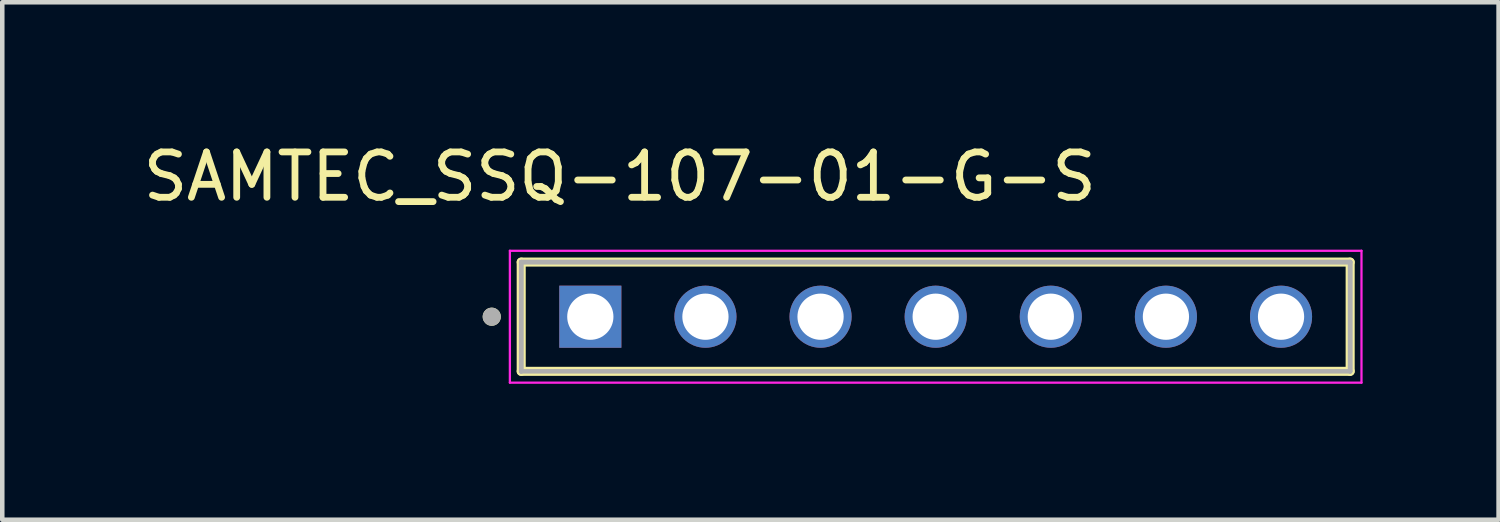
<source format=kicad_pcb>
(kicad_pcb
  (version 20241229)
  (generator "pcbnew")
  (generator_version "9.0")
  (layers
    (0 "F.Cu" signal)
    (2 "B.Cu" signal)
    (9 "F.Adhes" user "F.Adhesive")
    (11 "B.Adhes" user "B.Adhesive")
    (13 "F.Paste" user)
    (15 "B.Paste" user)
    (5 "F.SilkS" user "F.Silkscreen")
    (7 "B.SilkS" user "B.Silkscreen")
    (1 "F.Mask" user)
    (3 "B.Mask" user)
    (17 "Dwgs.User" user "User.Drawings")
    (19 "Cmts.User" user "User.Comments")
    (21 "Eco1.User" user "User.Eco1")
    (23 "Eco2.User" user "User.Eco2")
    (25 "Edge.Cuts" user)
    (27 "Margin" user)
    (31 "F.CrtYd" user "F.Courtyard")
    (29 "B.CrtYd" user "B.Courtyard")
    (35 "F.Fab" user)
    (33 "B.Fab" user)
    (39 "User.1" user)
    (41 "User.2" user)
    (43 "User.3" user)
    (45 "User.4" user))
  (footprint "SAMTEC_SSQ-107-01-G-S"
    (layer "F.Cu")
    (at 17.595 3.938)
    (property "Reference" "SAMTEC_SSQ-107-01-G-S" (at -6.97 -3.09 0) (layer "F.SilkS") (effects (font (size 1 1) (thickness 0.15))))
    (attr through_hole)
    (fp_line (start -9.145 1.205) (end -9.145 -1.205) (stroke (width 0.2) (type solid)) (layer "F.SilkS"))
    (fp_line (start 9.145 -1.205) (end -9.145 -1.205) (stroke (width 0.2) (type solid)) (layer "F.SilkS"))
    (fp_line (start 9.145 -1.205) (end 9.145 1.205) (stroke (width 0.2) (type solid)) (layer "F.SilkS"))
    (fp_line (start 9.145 1.205) (end -9.145 1.205) (stroke (width 0.2) (type solid)) (layer "F.SilkS"))
    (fp_circle (center -9.795 0) (end -9.695 0) (stroke (width 0.2) (type solid)) (fill no) (layer "F.SilkS"))
    (fp_line (start -9.395 -1.455) (end 9.395 -1.455) (stroke (width 0.05) (type solid)) (layer "F.CrtYd"))
    (fp_line (start -9.395 1.455) (end -9.395 -1.455) (stroke (width 0.05) (type solid)) (layer "F.CrtYd"))
    (fp_line (start 9.395 -1.455) (end 9.395 1.455) (stroke (width 0.05) (type solid)) (layer "F.CrtYd"))
    (fp_line (start 9.395 1.455) (end -9.395 1.455) (stroke (width 0.05) (type solid)) (layer "F.CrtYd"))
    (fp_line (start -9.145 -1.205) (end 9.145 -1.205) (stroke (width 0.1) (type solid)) (layer "F.Fab"))
    (fp_line (start -9.145 -1.205) (end 9.145 -1.205) (stroke (width 0.1) (type solid)) (layer "F.Fab"))
    (fp_line (start -9.145 1.205) (end -9.145 -1.205) (stroke (width 0.1) (type solid)) (layer "F.Fab"))
    (fp_line (start -9.145 1.205) (end -9.145 -1.205) (stroke (width 0.1) (type solid)) (layer "F.Fab"))
    (fp_line (start 9.145 -1.205) (end 9.145 1.205) (stroke (width 0.1) (type solid)) (layer "F.Fab"))
    (fp_line (start 9.145 -1.205) (end 9.145 1.205) (stroke (width 0.1) (type solid)) (layer "F.Fab"))
    (fp_line (start 9.145 1.205) (end -9.145 1.205) (stroke (width 0.1) (type solid)) (layer "F.Fab"))
    (fp_circle (center -9.795 0) (end -9.695 0) (stroke (width 0.2) (type solid)) (fill no) (layer "F.Fab"))
    (pad "01" thru_hole rect (at -7.62 0) (size 1.37 1.37) (drill 1.02) (layers "*.Cu" "*.Mask"))
    (pad "02" thru_hole circle (at -5.08 0) (size 1.37 1.37) (drill 1.02) (layers "*.Cu" "*.Mask"))
    (pad "03" thru_hole circle (at -2.54 0) (size 1.37 1.37) (drill 1.02) (layers "*.Cu" "*.Mask"))
    (pad "04" thru_hole circle (at 0 0) (size 1.37 1.37) (drill 1.02) (layers "*.Cu" "*.Mask"))
    (pad "05" thru_hole circle (at 2.54 0) (size 1.37 1.37) (drill 1.02) (layers "*.Cu" "*.Mask"))
    (pad "06" thru_hole circle (at 5.08 0) (size 1.37 1.37) (drill 1.02) (layers "*.Cu" "*.Mask"))
    (pad "07" thru_hole circle (at 7.62 0) (size 1.37 1.37) (drill 1.02) (layers "*.Cu" "*.Mask")))
  (gr_rect
    (start -3 -3)
    (end 30.015 8.418)
    (stroke (width 0.1) (type default))
    (fill no)
    (layer "Edge.Cuts")))
</source>
